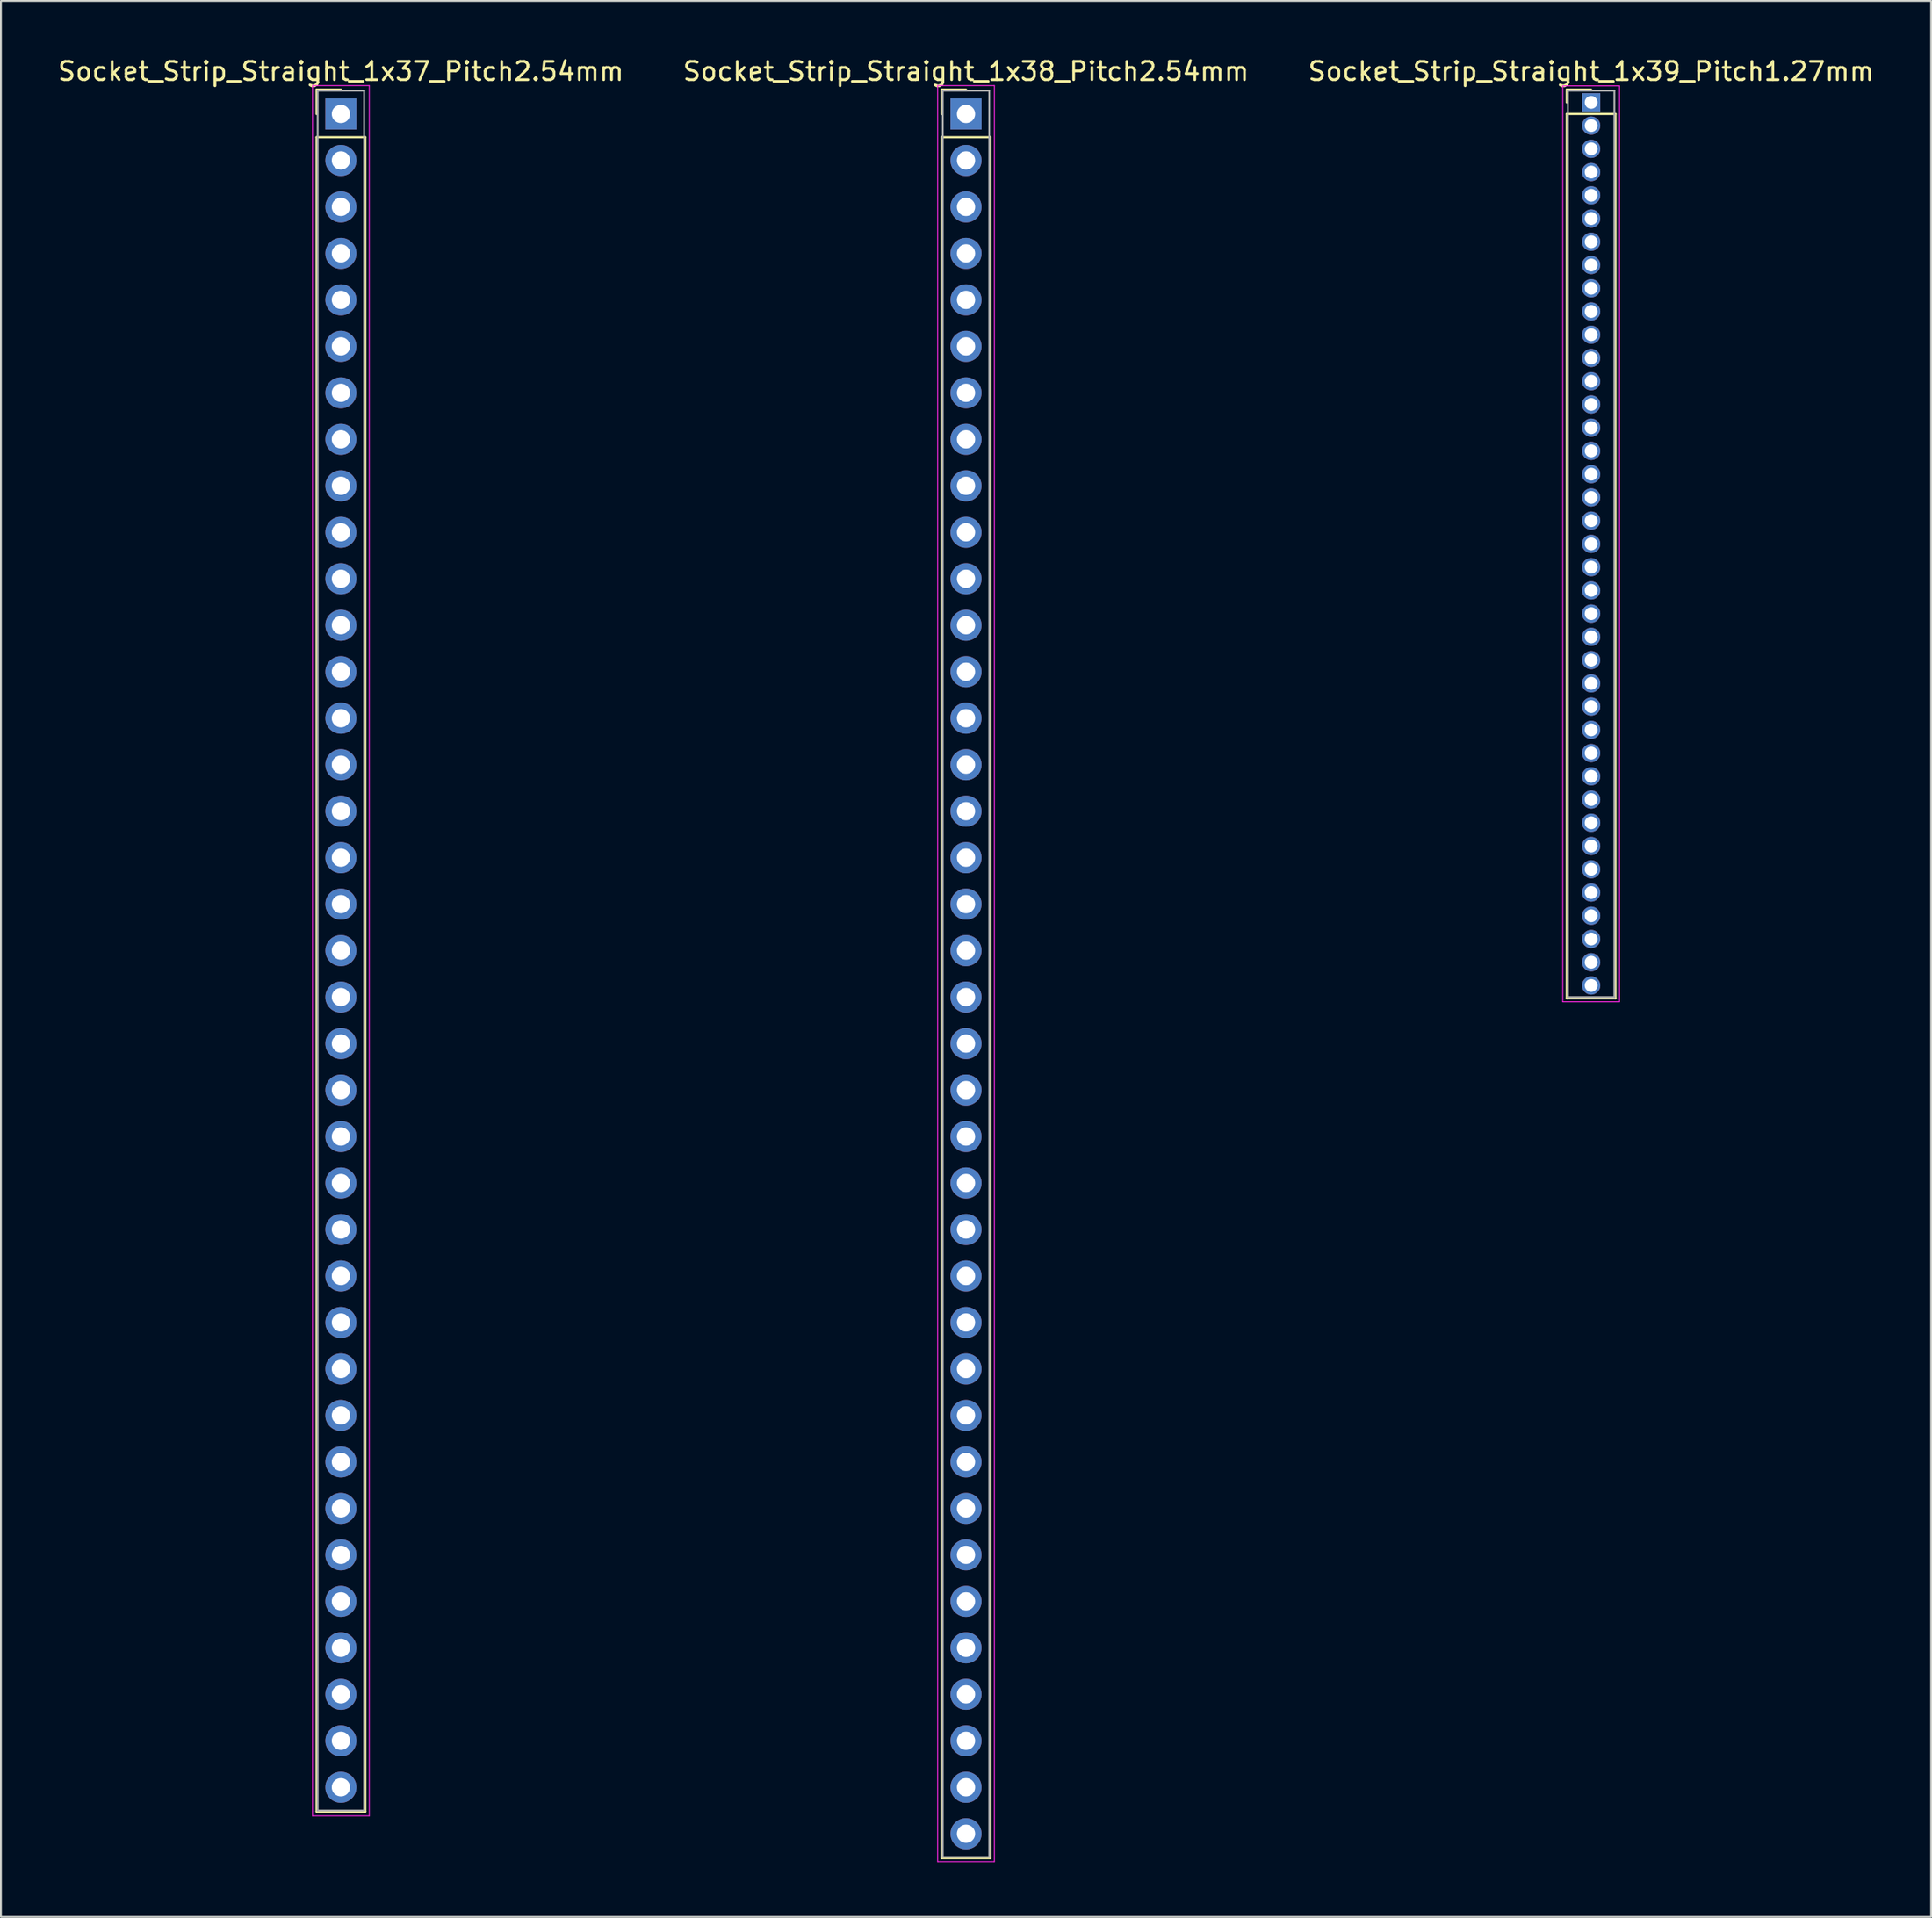
<source format=kicad_pcb>
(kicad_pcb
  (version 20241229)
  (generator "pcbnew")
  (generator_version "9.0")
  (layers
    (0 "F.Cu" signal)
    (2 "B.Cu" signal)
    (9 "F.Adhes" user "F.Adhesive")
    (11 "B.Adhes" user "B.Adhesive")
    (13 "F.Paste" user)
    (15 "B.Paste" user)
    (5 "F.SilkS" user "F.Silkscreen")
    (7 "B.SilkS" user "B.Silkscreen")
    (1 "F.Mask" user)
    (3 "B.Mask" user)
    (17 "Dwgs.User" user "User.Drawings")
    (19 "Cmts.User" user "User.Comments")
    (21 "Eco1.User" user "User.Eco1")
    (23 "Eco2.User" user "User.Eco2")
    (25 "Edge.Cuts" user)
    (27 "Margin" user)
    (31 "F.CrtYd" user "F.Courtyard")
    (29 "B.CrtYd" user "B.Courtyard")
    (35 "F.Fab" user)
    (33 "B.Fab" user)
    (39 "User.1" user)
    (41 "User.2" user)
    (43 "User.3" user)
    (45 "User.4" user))
  (footprint "Socket_Strip_Straight_1x37_Pitch2.54mm"
    (layer "F.Cu")
    (at 15.577 3.178)
    (property "Reference" "Socket_Strip_Straight_1x37_Pitch2.54mm" (at 0 -2.33 0) (layer "F.SilkS") (effects (font (size 1 1) (thickness 0.15))))
    (attr through_hole)
    (fp_line (start -1.33 -1.33) (end 0 -1.33) (stroke (width 0.12) (type solid)) (layer "F.SilkS"))
    (fp_line (start -1.33 0) (end -1.33 -1.33) (stroke (width 0.12) (type solid)) (layer "F.SilkS"))
    (fp_line (start -1.33 1.27) (end -1.33 92.77) (stroke (width 0.12) (type solid)) (layer "F.SilkS"))
    (fp_line (start -1.33 92.77) (end 1.33 92.77) (stroke (width 0.12) (type solid)) (layer "F.SilkS"))
    (fp_line (start 1.33 1.27) (end -1.33 1.27) (stroke (width 0.12) (type solid)) (layer "F.SilkS"))
    (fp_line (start 1.33 92.77) (end 1.33 1.27) (stroke (width 0.12) (type solid)) (layer "F.SilkS"))
    (fp_line (start -1.55 -1.55) (end -1.55 93) (stroke (width 0.05) (type solid)) (layer "F.CrtYd"))
    (fp_line (start -1.55 93) (end 1.55 93) (stroke (width 0.05) (type solid)) (layer "F.CrtYd"))
    (fp_line (start 1.55 -1.55) (end -1.55 -1.55) (stroke (width 0.05) (type solid)) (layer "F.CrtYd"))
    (fp_line (start 1.55 93) (end 1.55 -1.55) (stroke (width 0.05) (type solid)) (layer "F.CrtYd"))
    (fp_line (start -1.27 -1.27) (end -1.27 92.71) (stroke (width 0.1) (type solid)) (layer "F.Fab"))
    (fp_line (start -1.27 92.71) (end 1.27 92.71) (stroke (width 0.1) (type solid)) (layer "F.Fab"))
    (fp_line (start 1.27 -1.27) (end -1.27 -1.27) (stroke (width 0.1) (type solid)) (layer "F.Fab"))
    (fp_line (start 1.27 92.71) (end 1.27 -1.27) (stroke (width 0.1) (type solid)) (layer "F.Fab"))
    (pad "1" thru_hole rect (at 0 0) (size 1.7 1.7) (drill 1) (layers "*.Cu" "*.Mask"))
    (pad "2" thru_hole oval (at 0 2.54) (size 1.7 1.7) (drill 1) (layers "*.Cu" "*.Mask"))
    (pad "3" thru_hole oval (at 0 5.08) (size 1.7 1.7) (drill 1) (layers "*.Cu" "*.Mask"))
    (pad "4" thru_hole oval (at 0 7.62) (size 1.7 1.7) (drill 1) (layers "*.Cu" "*.Mask"))
    (pad "5" thru_hole oval (at 0 10.16) (size 1.7 1.7) (drill 1) (layers "*.Cu" "*.Mask"))
    (pad "6" thru_hole oval (at 0 12.7) (size 1.7 1.7) (drill 1) (layers "*.Cu" "*.Mask"))
    (pad "7" thru_hole oval (at 0 15.24) (size 1.7 1.7) (drill 1) (layers "*.Cu" "*.Mask"))
    (pad "8" thru_hole oval (at 0 17.78) (size 1.7 1.7) (drill 1) (layers "*.Cu" "*.Mask"))
    (pad "9" thru_hole oval (at 0 20.32) (size 1.7 1.7) (drill 1) (layers "*.Cu" "*.Mask"))
    (pad "10" thru_hole oval (at 0 22.86) (size 1.7 1.7) (drill 1) (layers "*.Cu" "*.Mask"))
    (pad "11" thru_hole oval (at 0 25.4) (size 1.7 1.7) (drill 1) (layers "*.Cu" "*.Mask"))
    (pad "12" thru_hole oval (at 0 27.94) (size 1.7 1.7) (drill 1) (layers "*.Cu" "*.Mask"))
    (pad "13" thru_hole oval (at 0 30.48) (size 1.7 1.7) (drill 1) (layers "*.Cu" "*.Mask"))
    (pad "14" thru_hole oval (at 0 33.02) (size 1.7 1.7) (drill 1) (layers "*.Cu" "*.Mask"))
    (pad "15" thru_hole oval (at 0 35.56) (size 1.7 1.7) (drill 1) (layers "*.Cu" "*.Mask"))
    (pad "16" thru_hole oval (at 0 38.1) (size 1.7 1.7) (drill 1) (layers "*.Cu" "*.Mask"))
    (pad "17" thru_hole oval (at 0 40.64) (size 1.7 1.7) (drill 1) (layers "*.Cu" "*.Mask"))
    (pad "18" thru_hole oval (at 0 43.18) (size 1.7 1.7) (drill 1) (layers "*.Cu" "*.Mask"))
    (pad "19" thru_hole oval (at 0 45.72) (size 1.7 1.7) (drill 1) (layers "*.Cu" "*.Mask"))
    (pad "20" thru_hole oval (at 0 48.26) (size 1.7 1.7) (drill 1) (layers "*.Cu" "*.Mask"))
    (pad "21" thru_hole oval (at 0 50.8) (size 1.7 1.7) (drill 1) (layers "*.Cu" "*.Mask"))
    (pad "22" thru_hole oval (at 0 53.34) (size 1.7 1.7) (drill 1) (layers "*.Cu" "*.Mask"))
    (pad "23" thru_hole oval (at 0 55.88) (size 1.7 1.7) (drill 1) (layers "*.Cu" "*.Mask"))
    (pad "24" thru_hole oval (at 0 58.42) (size 1.7 1.7) (drill 1) (layers "*.Cu" "*.Mask"))
    (pad "25" thru_hole oval (at 0 60.96) (size 1.7 1.7) (drill 1) (layers "*.Cu" "*.Mask"))
    (pad "26" thru_hole oval (at 0 63.5) (size 1.7 1.7) (drill 1) (layers "*.Cu" "*.Mask"))
    (pad "27" thru_hole oval (at 0 66.04) (size 1.7 1.7) (drill 1) (layers "*.Cu" "*.Mask"))
    (pad "28" thru_hole oval (at 0 68.58) (size 1.7 1.7) (drill 1) (layers "*.Cu" "*.Mask"))
    (pad "29" thru_hole oval (at 0 71.12) (size 1.7 1.7) (drill 1) (layers "*.Cu" "*.Mask"))
    (pad "30" thru_hole oval (at 0 73.66) (size 1.7 1.7) (drill 1) (layers "*.Cu" "*.Mask"))
    (pad "31" thru_hole oval (at 0 76.2) (size 1.7 1.7) (drill 1) (layers "*.Cu" "*.Mask"))
    (pad "32" thru_hole oval (at 0 78.74) (size 1.7 1.7) (drill 1) (layers "*.Cu" "*.Mask"))
    (pad "33" thru_hole oval (at 0 81.28) (size 1.7 1.7) (drill 1) (layers "*.Cu" "*.Mask"))
    (pad "34" thru_hole oval (at 0 83.82) (size 1.7 1.7) (drill 1) (layers "*.Cu" "*.Mask"))
    (pad "35" thru_hole oval (at 0 86.36) (size 1.7 1.7) (drill 1) (layers "*.Cu" "*.Mask"))
    (pad "36" thru_hole oval (at 0 88.9) (size 1.7 1.7) (drill 1) (layers "*.Cu" "*.Mask"))
    (pad "37" thru_hole oval (at 0 91.44) (size 1.7 1.7) (drill 1) (layers "*.Cu" "*.Mask")))
  (footprint "Socket_Strip_Straight_1x38_Pitch2.54mm"
    (layer "F.Cu")
    (at 49.732 3.178)
    (property "Reference" "Socket_Strip_Straight_1x38_Pitch2.54mm" (at 0 -2.33 0) (layer "F.SilkS") (effects (font (size 1 1) (thickness 0.15))))
    (attr through_hole)
    (fp_line (start -1.33 -1.33) (end 0 -1.33) (stroke (width 0.12) (type solid)) (layer "F.SilkS"))
    (fp_line (start -1.33 0) (end -1.33 -1.33) (stroke (width 0.12) (type solid)) (layer "F.SilkS"))
    (fp_line (start -1.33 1.27) (end -1.33 95.31) (stroke (width 0.12) (type solid)) (layer "F.SilkS"))
    (fp_line (start -1.33 95.31) (end 1.33 95.31) (stroke (width 0.12) (type solid)) (layer "F.SilkS"))
    (fp_line (start 1.33 1.27) (end -1.33 1.27) (stroke (width 0.12) (type solid)) (layer "F.SilkS"))
    (fp_line (start 1.33 95.31) (end 1.33 1.27) (stroke (width 0.12) (type solid)) (layer "F.SilkS"))
    (fp_line (start -1.55 -1.55) (end -1.55 95.5) (stroke (width 0.05) (type solid)) (layer "F.CrtYd"))
    (fp_line (start -1.55 95.5) (end 1.55 95.5) (stroke (width 0.05) (type solid)) (layer "F.CrtYd"))
    (fp_line (start 1.55 -1.55) (end -1.55 -1.55) (stroke (width 0.05) (type solid)) (layer "F.CrtYd"))
    (fp_line (start 1.55 95.5) (end 1.55 -1.55) (stroke (width 0.05) (type solid)) (layer "F.CrtYd"))
    (fp_line (start -1.27 -1.27) (end -1.27 95.25) (stroke (width 0.1) (type solid)) (layer "F.Fab"))
    (fp_line (start -1.27 95.25) (end 1.27 95.25) (stroke (width 0.1) (type solid)) (layer "F.Fab"))
    (fp_line (start 1.27 -1.27) (end -1.27 -1.27) (stroke (width 0.1) (type solid)) (layer "F.Fab"))
    (fp_line (start 1.27 95.25) (end 1.27 -1.27) (stroke (width 0.1) (type solid)) (layer "F.Fab"))
    (pad "1" thru_hole rect (at 0 0) (size 1.7 1.7) (drill 1) (layers "*.Cu" "*.Mask"))
    (pad "2" thru_hole oval (at 0 2.54) (size 1.7 1.7) (drill 1) (layers "*.Cu" "*.Mask"))
    (pad "3" thru_hole oval (at 0 5.08) (size 1.7 1.7) (drill 1) (layers "*.Cu" "*.Mask"))
    (pad "4" thru_hole oval (at 0 7.62) (size 1.7 1.7) (drill 1) (layers "*.Cu" "*.Mask"))
    (pad "5" thru_hole oval (at 0 10.16) (size 1.7 1.7) (drill 1) (layers "*.Cu" "*.Mask"))
    (pad "6" thru_hole oval (at 0 12.7) (size 1.7 1.7) (drill 1) (layers "*.Cu" "*.Mask"))
    (pad "7" thru_hole oval (at 0 15.24) (size 1.7 1.7) (drill 1) (layers "*.Cu" "*.Mask"))
    (pad "8" thru_hole oval (at 0 17.78) (size 1.7 1.7) (drill 1) (layers "*.Cu" "*.Mask"))
    (pad "9" thru_hole oval (at 0 20.32) (size 1.7 1.7) (drill 1) (layers "*.Cu" "*.Mask"))
    (pad "10" thru_hole oval (at 0 22.86) (size 1.7 1.7) (drill 1) (layers "*.Cu" "*.Mask"))
    (pad "11" thru_hole oval (at 0 25.4) (size 1.7 1.7) (drill 1) (layers "*.Cu" "*.Mask"))
    (pad "12" thru_hole oval (at 0 27.94) (size 1.7 1.7) (drill 1) (layers "*.Cu" "*.Mask"))
    (pad "13" thru_hole oval (at 0 30.48) (size 1.7 1.7) (drill 1) (layers "*.Cu" "*.Mask"))
    (pad "14" thru_hole oval (at 0 33.02) (size 1.7 1.7) (drill 1) (layers "*.Cu" "*.Mask"))
    (pad "15" thru_hole oval (at 0 35.56) (size 1.7 1.7) (drill 1) (layers "*.Cu" "*.Mask"))
    (pad "16" thru_hole oval (at 0 38.1) (size 1.7 1.7) (drill 1) (layers "*.Cu" "*.Mask"))
    (pad "17" thru_hole oval (at 0 40.64) (size 1.7 1.7) (drill 1) (layers "*.Cu" "*.Mask"))
    (pad "18" thru_hole oval (at 0 43.18) (size 1.7 1.7) (drill 1) (layers "*.Cu" "*.Mask"))
    (pad "19" thru_hole oval (at 0 45.72) (size 1.7 1.7) (drill 1) (layers "*.Cu" "*.Mask"))
    (pad "20" thru_hole oval (at 0 48.26) (size 1.7 1.7) (drill 1) (layers "*.Cu" "*.Mask"))
    (pad "21" thru_hole oval (at 0 50.8) (size 1.7 1.7) (drill 1) (layers "*.Cu" "*.Mask"))
    (pad "22" thru_hole oval (at 0 53.34) (size 1.7 1.7) (drill 1) (layers "*.Cu" "*.Mask"))
    (pad "23" thru_hole oval (at 0 55.88) (size 1.7 1.7) (drill 1) (layers "*.Cu" "*.Mask"))
    (pad "24" thru_hole oval (at 0 58.42) (size 1.7 1.7) (drill 1) (layers "*.Cu" "*.Mask"))
    (pad "25" thru_hole oval (at 0 60.96) (size 1.7 1.7) (drill 1) (layers "*.Cu" "*.Mask"))
    (pad "26" thru_hole oval (at 0 63.5) (size 1.7 1.7) (drill 1) (layers "*.Cu" "*.Mask"))
    (pad "27" thru_hole oval (at 0 66.04) (size 1.7 1.7) (drill 1) (layers "*.Cu" "*.Mask"))
    (pad "28" thru_hole oval (at 0 68.58) (size 1.7 1.7) (drill 1) (layers "*.Cu" "*.Mask"))
    (pad "29" thru_hole oval (at 0 71.12) (size 1.7 1.7) (drill 1) (layers "*.Cu" "*.Mask"))
    (pad "30" thru_hole oval (at 0 73.66) (size 1.7 1.7) (drill 1) (layers "*.Cu" "*.Mask"))
    (pad "31" thru_hole oval (at 0 76.2) (size 1.7 1.7) (drill 1) (layers "*.Cu" "*.Mask"))
    (pad "32" thru_hole oval (at 0 78.74) (size 1.7 1.7) (drill 1) (layers "*.Cu" "*.Mask"))
    (pad "33" thru_hole oval (at 0 81.28) (size 1.7 1.7) (drill 1) (layers "*.Cu" "*.Mask"))
    (pad "34" thru_hole oval (at 0 83.82) (size 1.7 1.7) (drill 1) (layers "*.Cu" "*.Mask"))
    (pad "35" thru_hole oval (at 0 86.36) (size 1.7 1.7) (drill 1) (layers "*.Cu" "*.Mask"))
    (pad "36" thru_hole oval (at 0 88.9) (size 1.7 1.7) (drill 1) (layers "*.Cu" "*.Mask"))
    (pad "37" thru_hole oval (at 0 91.44) (size 1.7 1.7) (drill 1) (layers "*.Cu" "*.Mask"))
    (pad "38" thru_hole oval (at 0 93.98) (size 1.7 1.7) (drill 1) (layers "*.Cu" "*.Mask")))
  (footprint "Socket_Strip_Straight_1x39_Pitch1.27mm"
    (layer "F.Cu")
    (at 83.887 2.543)
    (property "Reference" "Socket_Strip_Straight_1x39_Pitch1.27mm" (at 0 -1.695 0) (layer "F.SilkS") (effects (font (size 1 1) (thickness 0.15))))
    (attr through_hole)
    (fp_line (start -1.33 -0.695) (end 0 -0.695) (stroke (width 0.12) (type solid)) (layer "F.SilkS"))
    (fp_line (start -1.33 0) (end -1.33 -0.695) (stroke (width 0.12) (type solid)) (layer "F.SilkS"))
    (fp_line (start -1.33 0.635) (end -1.33 48.955) (stroke (width 0.12) (type solid)) (layer "F.SilkS"))
    (fp_line (start -1.33 48.955) (end 1.33 48.955) (stroke (width 0.12) (type solid)) (layer "F.SilkS"))
    (fp_line (start 1.33 0.635) (end -1.33 0.635) (stroke (width 0.12) (type solid)) (layer "F.SilkS"))
    (fp_line (start 1.33 48.955) (end 1.33 0.635) (stroke (width 0.12) (type solid)) (layer "F.SilkS"))
    (fp_line (start -1.55 -0.9) (end -1.55 49.15) (stroke (width 0.05) (type solid)) (layer "F.CrtYd"))
    (fp_line (start -1.55 49.15) (end 1.55 49.15) (stroke (width 0.05) (type solid)) (layer "F.CrtYd"))
    (fp_line (start 1.55 -0.9) (end -1.55 -0.9) (stroke (width 0.05) (type solid)) (layer "F.CrtYd"))
    (fp_line (start 1.55 49.15) (end 1.55 -0.9) (stroke (width 0.05) (type solid)) (layer "F.CrtYd"))
    (fp_line (start -1.27 -0.635) (end -1.27 48.895) (stroke (width 0.1) (type solid)) (layer "F.Fab"))
    (fp_line (start -1.27 48.895) (end 1.27 48.895) (stroke (width 0.1) (type solid)) (layer "F.Fab"))
    (fp_line (start 1.27 -0.635) (end -1.27 -0.635) (stroke (width 0.1) (type solid)) (layer "F.Fab"))
    (fp_line (start 1.27 48.895) (end 1.27 -0.635) (stroke (width 0.1) (type solid)) (layer "F.Fab"))
    (pad "1" thru_hole rect (at 0 0) (size 1 1) (drill 0.7) (layers "*.Cu" "*.Mask"))
    (pad "2" thru_hole oval (at 0 1.27) (size 1 1) (drill 0.7) (layers "*.Cu" "*.Mask"))
    (pad "3" thru_hole oval (at 0 2.54) (size 1 1) (drill 0.7) (layers "*.Cu" "*.Mask"))
    (pad "4" thru_hole oval (at 0 3.81) (size 1 1) (drill 0.7) (layers "*.Cu" "*.Mask"))
    (pad "5" thru_hole oval (at 0 5.08) (size 1 1) (drill 0.7) (layers "*.Cu" "*.Mask"))
    (pad "6" thru_hole oval (at 0 6.35) (size 1 1) (drill 0.7) (layers "*.Cu" "*.Mask"))
    (pad "7" thru_hole oval (at 0 7.62) (size 1 1) (drill 0.7) (layers "*.Cu" "*.Mask"))
    (pad "8" thru_hole oval (at 0 8.89) (size 1 1) (drill 0.7) (layers "*.Cu" "*.Mask"))
    (pad "9" thru_hole oval (at 0 10.16) (size 1 1) (drill 0.7) (layers "*.Cu" "*.Mask"))
    (pad "10" thru_hole oval (at 0 11.43) (size 1 1) (drill 0.7) (layers "*.Cu" "*.Mask"))
    (pad "11" thru_hole oval (at 0 12.7) (size 1 1) (drill 0.7) (layers "*.Cu" "*.Mask"))
    (pad "12" thru_hole oval (at 0 13.97) (size 1 1) (drill 0.7) (layers "*.Cu" "*.Mask"))
    (pad "13" thru_hole oval (at 0 15.24) (size 1 1) (drill 0.7) (layers "*.Cu" "*.Mask"))
    (pad "14" thru_hole oval (at 0 16.51) (size 1 1) (drill 0.7) (layers "*.Cu" "*.Mask"))
    (pad "15" thru_hole oval (at 0 17.78) (size 1 1) (drill 0.7) (layers "*.Cu" "*.Mask"))
    (pad "16" thru_hole oval (at 0 19.05) (size 1 1) (drill 0.7) (layers "*.Cu" "*.Mask"))
    (pad "17" thru_hole oval (at 0 20.32) (size 1 1) (drill 0.7) (layers "*.Cu" "*.Mask"))
    (pad "18" thru_hole oval (at 0 21.59) (size 1 1) (drill 0.7) (layers "*.Cu" "*.Mask"))
    (pad "19" thru_hole oval (at 0 22.86) (size 1 1) (drill 0.7) (layers "*.Cu" "*.Mask"))
    (pad "20" thru_hole oval (at 0 24.13) (size 1 1) (drill 0.7) (layers "*.Cu" "*.Mask"))
    (pad "21" thru_hole oval (at 0 25.4) (size 1 1) (drill 0.7) (layers "*.Cu" "*.Mask"))
    (pad "22" thru_hole oval (at 0 26.67) (size 1 1) (drill 0.7) (layers "*.Cu" "*.Mask"))
    (pad "23" thru_hole oval (at 0 27.94) (size 1 1) (drill 0.7) (layers "*.Cu" "*.Mask"))
    (pad "24" thru_hole oval (at 0 29.21) (size 1 1) (drill 0.7) (layers "*.Cu" "*.Mask"))
    (pad "25" thru_hole oval (at 0 30.48) (size 1 1) (drill 0.7) (layers "*.Cu" "*.Mask"))
    (pad "26" thru_hole oval (at 0 31.75) (size 1 1) (drill 0.7) (layers "*.Cu" "*.Mask"))
    (pad "27" thru_hole oval (at 0 33.02) (size 1 1) (drill 0.7) (layers "*.Cu" "*.Mask"))
    (pad "28" thru_hole oval (at 0 34.29) (size 1 1) (drill 0.7) (layers "*.Cu" "*.Mask"))
    (pad "29" thru_hole oval (at 0 35.56) (size 1 1) (drill 0.7) (layers "*.Cu" "*.Mask"))
    (pad "30" thru_hole oval (at 0 36.83) (size 1 1) (drill 0.7) (layers "*.Cu" "*.Mask"))
    (pad "31" thru_hole oval (at 0 38.1) (size 1 1) (drill 0.7) (layers "*.Cu" "*.Mask"))
    (pad "32" thru_hole oval (at 0 39.37) (size 1 1) (drill 0.7) (layers "*.Cu" "*.Mask"))
    (pad "33" thru_hole oval (at 0 40.64) (size 1 1) (drill 0.7) (layers "*.Cu" "*.Mask"))
    (pad "34" thru_hole oval (at 0 41.91) (size 1 1) (drill 0.7) (layers "*.Cu" "*.Mask"))
    (pad "35" thru_hole oval (at 0 43.18) (size 1 1) (drill 0.7) (layers "*.Cu" "*.Mask"))
    (pad "36" thru_hole oval (at 0 44.45) (size 1 1) (drill 0.7) (layers "*.Cu" "*.Mask"))
    (pad "37" thru_hole oval (at 0 45.72) (size 1 1) (drill 0.7) (layers "*.Cu" "*.Mask"))
    (pad "38" thru_hole oval (at 0 46.99) (size 1 1) (drill 0.7) (layers "*.Cu" "*.Mask"))
    (pad "39" thru_hole oval (at 0 48.26) (size 1 1) (drill 0.7) (layers "*.Cu" "*.Mask")))
  (gr_rect
    (start -3 -3)
    (end 102.464 101.703)
    (stroke (width 0.1) (type default))
    (fill no)
    (layer "Edge.Cuts")))
</source>
